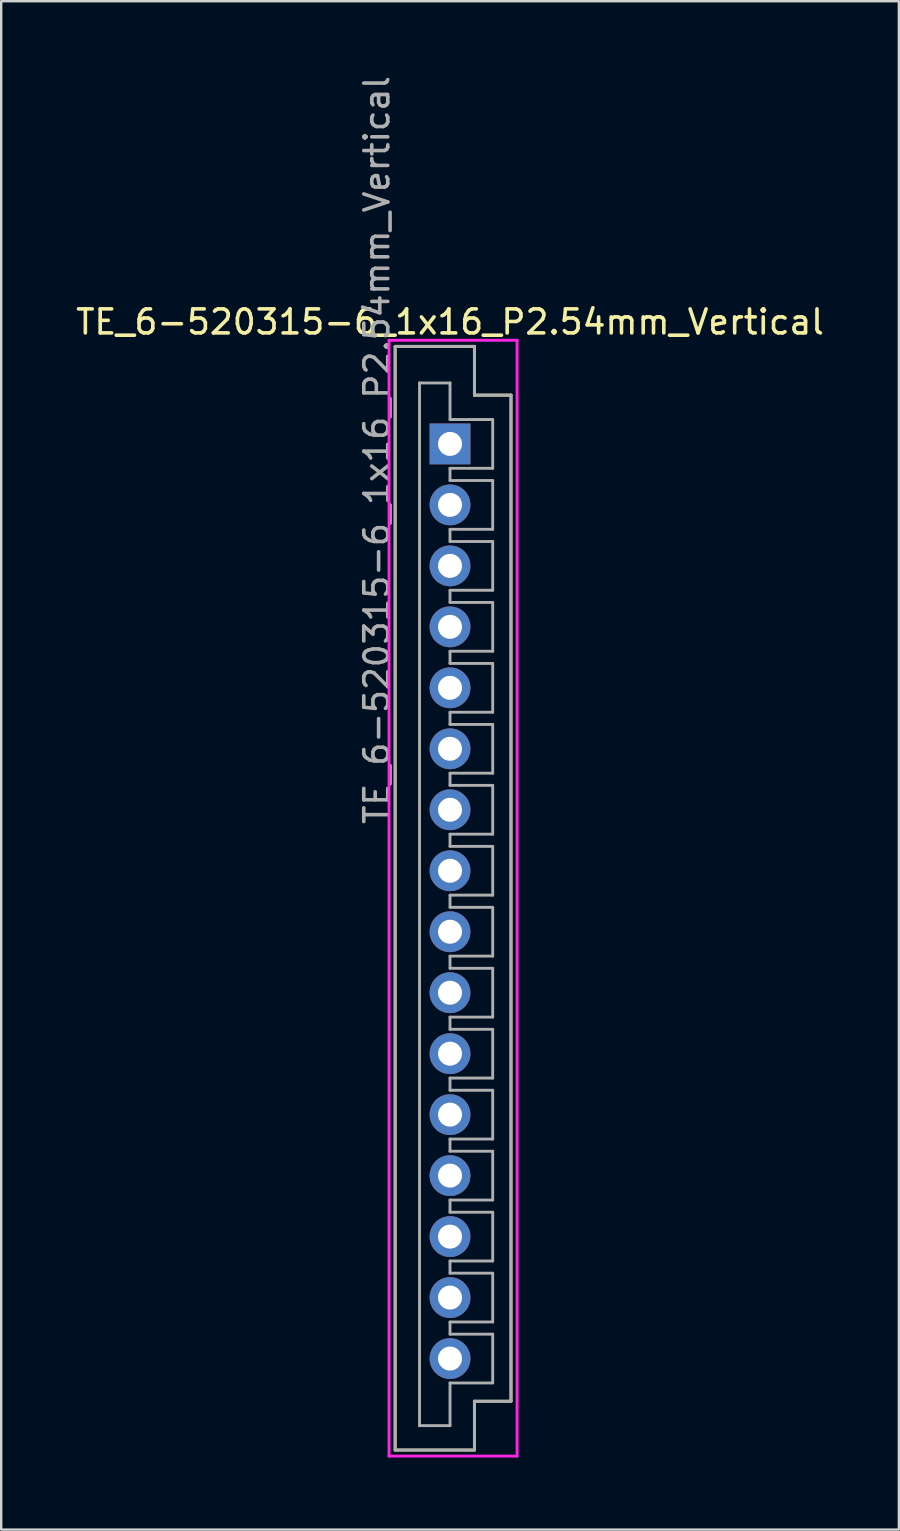
<source format=kicad_pcb>
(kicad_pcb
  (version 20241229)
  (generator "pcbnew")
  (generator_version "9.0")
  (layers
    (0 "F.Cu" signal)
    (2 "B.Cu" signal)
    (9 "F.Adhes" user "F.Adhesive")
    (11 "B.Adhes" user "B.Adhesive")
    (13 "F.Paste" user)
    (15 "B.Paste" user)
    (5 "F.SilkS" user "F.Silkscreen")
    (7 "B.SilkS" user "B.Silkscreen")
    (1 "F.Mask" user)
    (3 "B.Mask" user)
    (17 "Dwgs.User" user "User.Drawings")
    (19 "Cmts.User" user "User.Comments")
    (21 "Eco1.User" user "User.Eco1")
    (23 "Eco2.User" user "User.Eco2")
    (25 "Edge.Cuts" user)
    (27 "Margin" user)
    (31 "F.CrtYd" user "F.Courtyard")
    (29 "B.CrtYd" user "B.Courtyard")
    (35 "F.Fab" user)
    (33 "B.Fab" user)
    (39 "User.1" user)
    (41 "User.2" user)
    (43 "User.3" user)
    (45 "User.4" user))
  (footprint "TE_6-520315-6_1x16_P2.54mm_Vertical"
    (layer "F.Cu")
    (at 15.696 15.442)
    (property "Reference" "TE_6-520315-6_1x16_P2.54mm_Vertical" (at 0 -5.08 0) (layer "F.SilkS") (effects (font (size 1 1) (thickness 0.15))))
    (attr through_hole)
    (fp_line (start -2.286 -4.064) (end 1.016 -4.064) (stroke (width 0.12) (type solid)) (layer "F.SilkS"))
    (fp_line (start -2.286 41.91) (end -2.286 -4.064) (stroke (width 0.12) (type solid)) (layer "F.SilkS"))
    (fp_line (start 1.016 -4.064) (end 1.016 -2.032) (stroke (width 0.12) (type solid)) (layer "F.SilkS"))
    (fp_line (start 1.016 -2.032) (end 2.54 -2.032) (stroke (width 0.12) (type solid)) (layer "F.SilkS"))
    (fp_line (start 1.016 39.878) (end 1.016 41.91) (stroke (width 0.12) (type solid)) (layer "F.SilkS"))
    (fp_line (start 1.016 41.91) (end -2.286 41.91) (stroke (width 0.12) (type solid)) (layer "F.SilkS"))
    (fp_line (start 2.54 -2.032) (end 2.54 39.878) (stroke (width 0.12) (type solid)) (layer "F.SilkS"))
    (fp_line (start 2.54 39.878) (end 1.016 39.878) (stroke (width 0.12) (type solid)) (layer "F.SilkS"))
    (fp_line (start -2.54 -4.318) (end 2.794 -4.318) (stroke (width 0.12) (type solid)) (layer "F.CrtYd"))
    (fp_line (start -2.54 42.164) (end -2.54 -4.318) (stroke (width 0.12) (type solid)) (layer "F.CrtYd"))
    (fp_line (start 2.794 -4.318) (end 2.794 42.164) (stroke (width 0.12) (type solid)) (layer "F.CrtYd"))
    (fp_line (start 2.794 42.164) (end -2.54 42.164) (stroke (width 0.12) (type solid)) (layer "F.CrtYd"))
    (fp_line (start -2.286 -4.064) (end 1.016 -4.064) (stroke (width 0.12) (type solid)) (layer "F.Fab"))
    (fp_line (start -2.286 41.91) (end -2.286 -4.064) (stroke (width 0.12) (type solid)) (layer "F.Fab"))
    (fp_line (start -1.27 -2.54) (end 0 -2.54) (stroke (width 0.12) (type solid)) (layer "F.Fab"))
    (fp_line (start -1.27 40.894) (end -1.27 -2.54) (stroke (width 0.12) (type solid)) (layer "F.Fab"))
    (fp_line (start 0 -1.016) (end 0 -2.54) (stroke (width 0.12) (type solid)) (layer "F.Fab"))
    (fp_line (start 0 -1.016) (end 1.778 -1.016) (stroke (width 0.12) (type solid)) (layer "F.Fab"))
    (fp_line (start 0 1.016) (end 0 1.524) (stroke (width 0.12) (type solid)) (layer "F.Fab"))
    (fp_line (start 0 1.524) (end 1.778 1.524) (stroke (width 0.12) (type solid)) (layer "F.Fab"))
    (fp_line (start 0 3.556) (end 0 4.064) (stroke (width 0.12) (type solid)) (layer "F.Fab"))
    (fp_line (start 0 4.064) (end 1.778 4.064) (stroke (width 0.12) (type solid)) (layer "F.Fab"))
    (fp_line (start 0 6.096) (end 0 6.604) (stroke (width 0.12) (type solid)) (layer "F.Fab"))
    (fp_line (start 0 6.604) (end 1.778 6.604) (stroke (width 0.12) (type solid)) (layer "F.Fab"))
    (fp_line (start 0 8.636) (end 0 9.144) (stroke (width 0.12) (type solid)) (layer "F.Fab"))
    (fp_line (start 0 9.144) (end 1.778 9.144) (stroke (width 0.12) (type solid)) (layer "F.Fab"))
    (fp_line (start 0 11.176) (end 0 11.684) (stroke (width 0.12) (type solid)) (layer "F.Fab"))
    (fp_line (start 0 11.684) (end 1.778 11.684) (stroke (width 0.12) (type solid)) (layer "F.Fab"))
    (fp_line (start 0 13.716) (end 0 14.224) (stroke (width 0.12) (type solid)) (layer "F.Fab"))
    (fp_line (start 0 14.224) (end 1.778 14.224) (stroke (width 0.12) (type solid)) (layer "F.Fab"))
    (fp_line (start 0 16.256) (end 0 16.764) (stroke (width 0.12) (type solid)) (layer "F.Fab"))
    (fp_line (start 0 16.764) (end 1.778 16.764) (stroke (width 0.12) (type solid)) (layer "F.Fab"))
    (fp_line (start 0 18.796) (end 0 19.304) (stroke (width 0.12) (type solid)) (layer "F.Fab"))
    (fp_line (start 0 19.304) (end 1.778 19.304) (stroke (width 0.12) (type solid)) (layer "F.Fab"))
    (fp_line (start 0 21.336) (end 0 21.844) (stroke (width 0.12) (type solid)) (layer "F.Fab"))
    (fp_line (start 0 21.844) (end 1.778 21.844) (stroke (width 0.12) (type solid)) (layer "F.Fab"))
    (fp_line (start 0 23.876) (end 0 24.384) (stroke (width 0.12) (type solid)) (layer "F.Fab"))
    (fp_line (start 0 24.384) (end 1.778 24.384) (stroke (width 0.12) (type solid)) (layer "F.Fab"))
    (fp_line (start 0 26.416) (end 0 26.924) (stroke (width 0.12) (type solid)) (layer "F.Fab"))
    (fp_line (start 0 26.924) (end 1.778 26.924) (stroke (width 0.12) (type solid)) (layer "F.Fab"))
    (fp_line (start 0 28.956) (end 0 29.464) (stroke (width 0.12) (type solid)) (layer "F.Fab"))
    (fp_line (start 0 29.464) (end 1.778 29.464) (stroke (width 0.12) (type solid)) (layer "F.Fab"))
    (fp_line (start 0 31.496) (end 0 32.004) (stroke (width 0.12) (type solid)) (layer "F.Fab"))
    (fp_line (start 0 32.004) (end 1.778 32.004) (stroke (width 0.12) (type solid)) (layer "F.Fab"))
    (fp_line (start 0 34.036) (end 0 34.544) (stroke (width 0.12) (type solid)) (layer "F.Fab"))
    (fp_line (start 0 34.544) (end 1.778 34.544) (stroke (width 0.12) (type solid)) (layer "F.Fab"))
    (fp_line (start 0 36.576) (end 0 37.084) (stroke (width 0.12) (type solid)) (layer "F.Fab"))
    (fp_line (start 0 37.084) (end 1.778 37.084) (stroke (width 0.12) (type solid)) (layer "F.Fab"))
    (fp_line (start 0 40.894) (end -1.27 40.894) (stroke (width 0.12) (type solid)) (layer "F.Fab"))
    (fp_line (start 0 40.894) (end 0 39.116) (stroke (width 0.12) (type solid)) (layer "F.Fab"))
    (fp_line (start 1.016 -4.064) (end 1.016 -2.032) (stroke (width 0.12) (type solid)) (layer "F.Fab"))
    (fp_line (start 1.016 -2.032) (end 2.54 -2.032) (stroke (width 0.12) (type solid)) (layer "F.Fab"))
    (fp_line (start 1.016 39.878) (end 1.016 41.91) (stroke (width 0.12) (type solid)) (layer "F.Fab"))
    (fp_line (start 1.016 41.91) (end -2.286 41.91) (stroke (width 0.12) (type solid)) (layer "F.Fab"))
    (fp_line (start 1.778 -1.016) (end 1.778 1.016) (stroke (width 0.12) (type solid)) (layer "F.Fab"))
    (fp_line (start 1.778 1.016) (end 0 1.016) (stroke (width 0.12) (type solid)) (layer "F.Fab"))
    (fp_line (start 1.778 1.524) (end 1.778 3.556) (stroke (width 0.12) (type solid)) (layer "F.Fab"))
    (fp_line (start 1.778 3.556) (end 0 3.556) (stroke (width 0.12) (type solid)) (layer "F.Fab"))
    (fp_line (start 1.778 4.064) (end 1.778 6.096) (stroke (width 0.12) (type solid)) (layer "F.Fab"))
    (fp_line (start 1.778 6.096) (end 0 6.096) (stroke (width 0.12) (type solid)) (layer "F.Fab"))
    (fp_line (start 1.778 6.604) (end 1.778 8.636) (stroke (width 0.12) (type solid)) (layer "F.Fab"))
    (fp_line (start 1.778 8.636) (end 0 8.636) (stroke (width 0.12) (type solid)) (layer "F.Fab"))
    (fp_line (start 1.778 9.144) (end 1.778 11.176) (stroke (width 0.12) (type solid)) (layer "F.Fab"))
    (fp_line (start 1.778 11.176) (end 0 11.176) (stroke (width 0.12) (type solid)) (layer "F.Fab"))
    (fp_line (start 1.778 11.684) (end 1.778 13.716) (stroke (width 0.12) (type solid)) (layer "F.Fab"))
    (fp_line (start 1.778 13.716) (end 0 13.716) (stroke (width 0.12) (type solid)) (layer "F.Fab"))
    (fp_line (start 1.778 14.224) (end 1.778 16.256) (stroke (width 0.12) (type solid)) (layer "F.Fab"))
    (fp_line (start 1.778 16.256) (end 0 16.256) (stroke (width 0.12) (type solid)) (layer "F.Fab"))
    (fp_line (start 1.778 16.764) (end 1.778 18.796) (stroke (width 0.12) (type solid)) (layer "F.Fab"))
    (fp_line (start 1.778 18.796) (end 0 18.796) (stroke (width 0.12) (type solid)) (layer "F.Fab"))
    (fp_line (start 1.778 19.304) (end 1.778 21.336) (stroke (width 0.12) (type solid)) (layer "F.Fab"))
    (fp_line (start 1.778 21.336) (end 0 21.336) (stroke (width 0.12) (type solid)) (layer "F.Fab"))
    (fp_line (start 1.778 21.844) (end 1.778 23.876) (stroke (width 0.12) (type solid)) (layer "F.Fab"))
    (fp_line (start 1.778 23.876) (end 0 23.876) (stroke (width 0.12) (type solid)) (layer "F.Fab"))
    (fp_line (start 1.778 24.384) (end 1.778 26.416) (stroke (width 0.12) (type solid)) (layer "F.Fab"))
    (fp_line (start 1.778 26.416) (end 0 26.416) (stroke (width 0.12) (type solid)) (layer "F.Fab"))
    (fp_line (start 1.778 26.924) (end 1.778 28.956) (stroke (width 0.12) (type solid)) (layer "F.Fab"))
    (fp_line (start 1.778 28.956) (end 0 28.956) (stroke (width 0.12) (type solid)) (layer "F.Fab"))
    (fp_line (start 1.778 29.464) (end 1.778 31.496) (stroke (width 0.12) (type solid)) (layer "F.Fab"))
    (fp_line (start 1.778 31.496) (end 0 31.496) (stroke (width 0.12) (type solid)) (layer "F.Fab"))
    (fp_line (start 1.778 32.004) (end 1.778 34.036) (stroke (width 0.12) (type solid)) (layer "F.Fab"))
    (fp_line (start 1.778 34.036) (end 0 34.036) (stroke (width 0.12) (type solid)) (layer "F.Fab"))
    (fp_line (start 1.778 34.544) (end 1.778 36.576) (stroke (width 0.12) (type solid)) (layer "F.Fab"))
    (fp_line (start 1.778 36.576) (end 0 36.576) (stroke (width 0.12) (type solid)) (layer "F.Fab"))
    (fp_line (start 1.778 37.084) (end 1.778 39.116) (stroke (width 0.12) (type solid)) (layer "F.Fab"))
    (fp_line (start 1.778 39.116) (end 0 39.116) (stroke (width 0.12) (type solid)) (layer "F.Fab"))
    (fp_line (start 2.54 39.878) (end 1.016 39.878) (stroke (width 0.12) (type solid)) (layer "F.Fab"))
    (fp_line (start 2.54 39.878) (end 2.54 -2.032) (stroke (width 0.12) (type solid)) (layer "F.Fab"))
    (fp_text user "${REFERENCE}" (at -3.048 0.254 90) (layer "F.Fab") (effects (font (size 1 1) (thickness 0.15))))
    (pad "1" thru_hole rect (at 0 0) (size 1.7 1.7) (drill 1) (layers "*.Cu" "*.Mask"))
    (pad "2" thru_hole oval (at 0 2.54) (size 1.7 1.7) (drill 1) (layers "*.Cu" "*.Mask"))
    (pad "3" thru_hole oval (at 0 5.08) (size 1.7 1.7) (drill 1) (layers "*.Cu" "*.Mask"))
    (pad "4" thru_hole oval (at 0 7.62) (size 1.7 1.7) (drill 1) (layers "*.Cu" "*.Mask"))
    (pad "5" thru_hole oval (at 0 10.16 90) (size 1.7 1.7) (drill 1) (layers "*.Cu" "*.Mask"))
    (pad "6" thru_hole oval (at 0 12.7) (size 1.7 1.7) (drill 1) (layers "*.Cu" "*.Mask"))
    (pad "7" thru_hole oval (at 0 15.24) (size 1.7 1.7) (drill 1) (layers "*.Cu" "*.Mask"))
    (pad "8" thru_hole oval (at 0 17.78) (size 1.7 1.7) (drill 1) (layers "*.Cu" "*.Mask"))
    (pad "9" thru_hole oval (at 0 20.32 90) (size 1.7 1.7) (drill 1) (layers "*.Cu" "*.Mask"))
    (pad "10" thru_hole oval (at 0 22.86) (size 1.7 1.7) (drill 1) (layers "*.Cu" "*.Mask"))
    (pad "11" thru_hole oval (at 0 25.4) (size 1.7 1.7) (drill 1) (layers "*.Cu" "*.Mask"))
    (pad "12" thru_hole oval (at 0 27.94 90) (size 1.7 1.7) (drill 1) (layers "*.Cu" "*.Mask"))
    (pad "13" thru_hole oval (at 0 30.48) (size 1.7 1.7) (drill 1) (layers "*.Cu" "*.Mask"))
    (pad "14" thru_hole oval (at 0 33.02) (size 1.7 1.7) (drill 1) (layers "*.Cu" "*.Mask"))
    (pad "15" thru_hole oval (at 0 35.56) (size 1.7 1.7) (drill 1) (layers "*.Cu" "*.Mask"))
    (pad "16" thru_hole oval (at 0 38.1) (size 1.7 1.7) (drill 1) (layers "*.Cu" "*.Mask")))
  (gr_rect
    (start -3 -3)
    (end 34.393 60.666)
    (stroke (width 0.1) (type default))
    (fill no)
    (layer "Edge.Cuts")))
</source>
